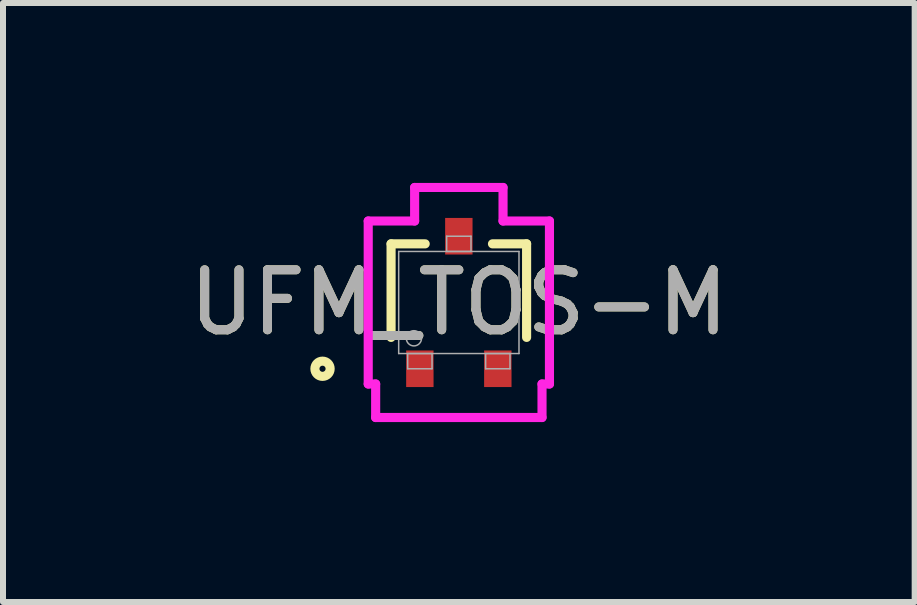
<source format=kicad_pcb>
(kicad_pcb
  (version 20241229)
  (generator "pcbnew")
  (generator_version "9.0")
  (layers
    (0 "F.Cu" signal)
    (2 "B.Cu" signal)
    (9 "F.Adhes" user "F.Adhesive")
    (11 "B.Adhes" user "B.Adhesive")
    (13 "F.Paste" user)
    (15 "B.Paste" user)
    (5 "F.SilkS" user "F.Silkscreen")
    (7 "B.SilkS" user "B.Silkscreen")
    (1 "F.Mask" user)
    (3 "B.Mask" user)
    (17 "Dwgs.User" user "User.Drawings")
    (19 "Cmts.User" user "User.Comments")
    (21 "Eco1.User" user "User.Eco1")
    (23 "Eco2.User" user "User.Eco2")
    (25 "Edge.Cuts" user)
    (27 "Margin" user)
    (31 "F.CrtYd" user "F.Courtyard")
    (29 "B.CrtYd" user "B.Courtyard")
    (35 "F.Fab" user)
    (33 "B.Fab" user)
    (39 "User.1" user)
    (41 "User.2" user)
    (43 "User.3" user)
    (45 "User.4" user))
  (footprint "UFM_TOS-M"
    (layer "F.Cu")
    (at 4.601 1.994)
    (property "Reference" "UFM_TOS-M" (at 0 0 0) (unlocked yes) (layer "F.SilkS") (effects (font (size 1 1) (thickness 0.15))))
    (attr smd)
    (fp_line (start -1.13 -0.978) (end -1.13 0.582) (stroke (width 0.152) (type solid)) (layer "F.SilkS"))
    (fp_line (start -0.561 -0.978) (end -1.13 -0.978) (stroke (width 0.152) (type solid)) (layer "F.SilkS"))
    (fp_line (start 1.13 -0.978) (end 0.561 -0.978) (stroke (width 0.152) (type solid)) (layer "F.SilkS"))
    (fp_line (start 1.13 0.582) (end 1.13 -0.978) (stroke (width 0.152) (type solid)) (layer "F.SilkS"))
    (fp_circle (center -2.273 1.105) (end -2.146 1.105) (stroke (width 0.152) (type solid)) (fill no) (layer "F.SilkS"))
    (fp_line (start -1.511 -1.359) (end -0.737 -1.359) (stroke (width 0.152) (type solid)) (layer "F.CrtYd"))
    (fp_line (start -1.511 1.359) (end -1.511 -1.359) (stroke (width 0.152) (type solid)) (layer "F.CrtYd"))
    (fp_line (start -1.511 1.359) (end -1.387 1.359) (stroke (width 0.152) (type solid)) (layer "F.CrtYd"))
    (fp_line (start -1.387 1.359) (end -1.387 1.918) (stroke (width 0.152) (type solid)) (layer "F.CrtYd"))
    (fp_line (start -1.387 1.918) (end 1.387 1.918) (stroke (width 0.152) (type solid)) (layer "F.CrtYd"))
    (fp_line (start -0.737 -1.918) (end 0.737 -1.918) (stroke (width 0.152) (type solid)) (layer "F.CrtYd"))
    (fp_line (start -0.737 -1.359) (end -0.737 -1.918) (stroke (width 0.152) (type solid)) (layer "F.CrtYd"))
    (fp_line (start 0.737 -1.359) (end 0.737 -1.918) (stroke (width 0.152) (type solid)) (layer "F.CrtYd"))
    (fp_line (start 1.387 1.359) (end 1.387 1.918) (stroke (width 0.152) (type solid)) (layer "F.CrtYd"))
    (fp_line (start 1.511 -1.359) (end 0.737 -1.359) (stroke (width 0.152) (type solid)) (layer "F.CrtYd"))
    (fp_line (start 1.511 -1.359) (end 1.511 1.359) (stroke (width 0.152) (type solid)) (layer "F.CrtYd"))
    (fp_line (start 1.511 1.359) (end 1.387 1.359) (stroke (width 0.152) (type solid)) (layer "F.CrtYd"))
    (fp_line (start -1.003 -0.851) (end -1.003 0.851) (stroke (width 0.025) (type solid)) (layer "F.Fab"))
    (fp_line (start -1.003 0.851) (end 1.003 0.851) (stroke (width 0.025) (type solid)) (layer "F.Fab"))
    (fp_line (start -0.853 0.851) (end -0.853 1.105) (stroke (width 0.025) (type solid)) (layer "F.Fab"))
    (fp_line (start -0.853 1.105) (end -0.447 1.105) (stroke (width 0.025) (type solid)) (layer "F.Fab"))
    (fp_line (start -0.447 0.851) (end -0.853 0.851) (stroke (width 0.025) (type solid)) (layer "F.Fab"))
    (fp_line (start -0.447 1.105) (end -0.447 0.851) (stroke (width 0.025) (type solid)) (layer "F.Fab"))
    (fp_line (start -0.203 -1.105) (end -0.203 -0.851) (stroke (width 0.025) (type solid)) (layer "F.Fab"))
    (fp_line (start -0.203 -0.851) (end 0.203 -0.851) (stroke (width 0.025) (type solid)) (layer "F.Fab"))
    (fp_line (start 0.203 -1.105) (end -0.203 -1.105) (stroke (width 0.025) (type solid)) (layer "F.Fab"))
    (fp_line (start 0.203 -0.851) (end 0.203 -1.105) (stroke (width 0.025) (type solid)) (layer "F.Fab"))
    (fp_line (start 0.447 0.851) (end 0.447 1.105) (stroke (width 0.025) (type solid)) (layer "F.Fab"))
    (fp_line (start 0.447 1.105) (end 0.853 1.105) (stroke (width 0.025) (type solid)) (layer "F.Fab"))
    (fp_line (start 0.853 0.851) (end 0.447 0.851) (stroke (width 0.025) (type solid)) (layer "F.Fab"))
    (fp_line (start 0.853 1.105) (end 0.853 0.851) (stroke (width 0.025) (type solid)) (layer "F.Fab"))
    (fp_line (start 1.003 -0.851) (end -1.003 -0.851) (stroke (width 0.025) (type solid)) (layer "F.Fab"))
    (fp_line (start 1.003 0.851) (end 1.003 -0.851) (stroke (width 0.025) (type solid)) (layer "F.Fab"))
    (fp_circle (center -0.749 0.597) (end -0.622 0.597) (stroke (width 0.025) (type solid)) (fill no) (layer "F.Fab"))
    (fp_text user "${REFERENCE}" (at 0 0 0) (unlocked yes) (layer "F.Fab") (effects (font (size 1 1) (thickness 0.15))))
    (pad "1" smd rect (at -0.65 1.105) (size 0.457 0.61) (layers "F.Cu" "F.Mask" "F.Paste"))
    (pad "2" smd rect (at 0.65 1.105) (size 0.457 0.61) (layers "F.Cu" "F.Mask" "F.Paste"))
    (pad "3" smd rect (at 0 -1.105) (size 0.457 0.61) (layers "F.Cu" "F.Mask" "F.Paste")))
  (gr_rect
    (start -3 -3)
    (end 12.202 6.988)
    (stroke (width 0.1) (type default))
    (fill no)
    (layer "Edge.Cuts")))
</source>
